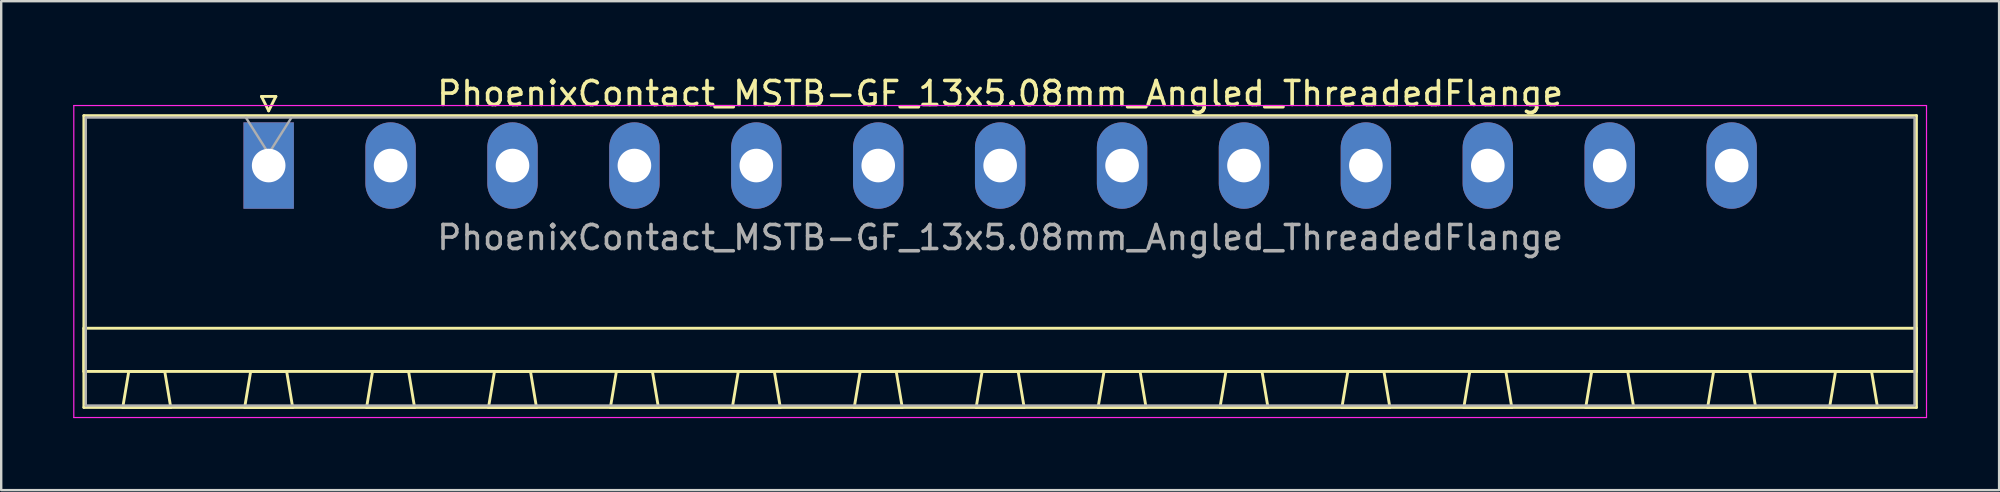
<source format=kicad_pcb>
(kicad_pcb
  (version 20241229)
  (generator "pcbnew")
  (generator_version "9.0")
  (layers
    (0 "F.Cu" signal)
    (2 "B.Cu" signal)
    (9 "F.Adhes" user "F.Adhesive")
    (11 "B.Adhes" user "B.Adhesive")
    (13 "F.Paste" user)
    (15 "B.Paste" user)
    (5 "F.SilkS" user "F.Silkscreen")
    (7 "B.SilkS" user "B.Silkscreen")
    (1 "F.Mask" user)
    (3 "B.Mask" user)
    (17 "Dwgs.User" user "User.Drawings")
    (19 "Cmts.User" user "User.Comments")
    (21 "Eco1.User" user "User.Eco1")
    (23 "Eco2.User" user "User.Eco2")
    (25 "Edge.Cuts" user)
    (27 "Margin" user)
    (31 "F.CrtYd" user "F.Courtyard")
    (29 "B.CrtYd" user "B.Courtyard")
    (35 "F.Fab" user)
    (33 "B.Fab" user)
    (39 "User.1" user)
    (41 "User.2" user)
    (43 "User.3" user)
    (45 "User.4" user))
  (footprint "PhoenixContact_MSTB-GF_13x5.08mm_Angled_ThreadedFlange"
    (layer "F.Cu")
    (at 8.145 3.848)
    (property "Reference" "PhoenixContact_MSTB-GF_13x5.08mm_Angled_ThreadedFlange" (at 30.48 -3 0) (layer "F.SilkS") (effects (font (size 1 1) (thickness 0.15))))
    (attr through_hole)
    (fp_line (start -7.7 -2.08) (end -7.7 10.08) (stroke (width 0.12) (type solid)) (layer "F.SilkS"))
    (fp_line (start -7.7 6.78) (end 68.66 6.78) (stroke (width 0.12) (type solid)) (layer "F.SilkS"))
    (fp_line (start -7.7 8.58) (end -7.7 6.78) (stroke (width 0.12) (type solid)) (layer "F.SilkS"))
    (fp_line (start -7.7 10.08) (end 68.66 10.08) (stroke (width 0.12) (type solid)) (layer "F.SilkS"))
    (fp_line (start -6.08 10.08) (end -4.08 10.08) (stroke (width 0.12) (type solid)) (layer "F.SilkS"))
    (fp_line (start -5.83 8.58) (end -6.08 10.08) (stroke (width 0.12) (type solid)) (layer "F.SilkS"))
    (fp_line (start -4.33 8.58) (end -5.83 8.58) (stroke (width 0.12) (type solid)) (layer "F.SilkS"))
    (fp_line (start -4.08 10.08) (end -4.33 8.58) (stroke (width 0.12) (type solid)) (layer "F.SilkS"))
    (fp_line (start -1 10.08) (end 1 10.08) (stroke (width 0.12) (type solid)) (layer "F.SilkS"))
    (fp_line (start -0.75 8.58) (end -1 10.08) (stroke (width 0.12) (type solid)) (layer "F.SilkS"))
    (fp_line (start -0.3 -2.88) (end 0.3 -2.88) (stroke (width 0.12) (type solid)) (layer "F.SilkS"))
    (fp_line (start 0 -2.28) (end -0.3 -2.88) (stroke (width 0.12) (type solid)) (layer "F.SilkS"))
    (fp_line (start 0.3 -2.88) (end 0 -2.28) (stroke (width 0.12) (type solid)) (layer "F.SilkS"))
    (fp_line (start 0.75 8.58) (end -0.75 8.58) (stroke (width 0.12) (type solid)) (layer "F.SilkS"))
    (fp_line (start 1 10.08) (end 0.75 8.58) (stroke (width 0.12) (type solid)) (layer "F.SilkS"))
    (fp_line (start 4.08 10.08) (end 6.08 10.08) (stroke (width 0.12) (type solid)) (layer "F.SilkS"))
    (fp_line (start 4.33 8.58) (end 4.08 10.08) (stroke (width 0.12) (type solid)) (layer "F.SilkS"))
    (fp_line (start 5.83 8.58) (end 4.33 8.58) (stroke (width 0.12) (type solid)) (layer "F.SilkS"))
    (fp_line (start 6.08 10.08) (end 5.83 8.58) (stroke (width 0.12) (type solid)) (layer "F.SilkS"))
    (fp_line (start 9.16 10.08) (end 11.16 10.08) (stroke (width 0.12) (type solid)) (layer "F.SilkS"))
    (fp_line (start 9.41 8.58) (end 9.16 10.08) (stroke (width 0.12) (type solid)) (layer "F.SilkS"))
    (fp_line (start 10.91 8.58) (end 9.41 8.58) (stroke (width 0.12) (type solid)) (layer "F.SilkS"))
    (fp_line (start 11.16 10.08) (end 10.91 8.58) (stroke (width 0.12) (type solid)) (layer "F.SilkS"))
    (fp_line (start 14.24 10.08) (end 16.24 10.08) (stroke (width 0.12) (type solid)) (layer "F.SilkS"))
    (fp_line (start 14.49 8.58) (end 14.24 10.08) (stroke (width 0.12) (type solid)) (layer "F.SilkS"))
    (fp_line (start 15.99 8.58) (end 14.49 8.58) (stroke (width 0.12) (type solid)) (layer "F.SilkS"))
    (fp_line (start 16.24 10.08) (end 15.99 8.58) (stroke (width 0.12) (type solid)) (layer "F.SilkS"))
    (fp_line (start 19.32 10.08) (end 21.32 10.08) (stroke (width 0.12) (type solid)) (layer "F.SilkS"))
    (fp_line (start 19.57 8.58) (end 19.32 10.08) (stroke (width 0.12) (type solid)) (layer "F.SilkS"))
    (fp_line (start 21.07 8.58) (end 19.57 8.58) (stroke (width 0.12) (type solid)) (layer "F.SilkS"))
    (fp_line (start 21.32 10.08) (end 21.07 8.58) (stroke (width 0.12) (type solid)) (layer "F.SilkS"))
    (fp_line (start 24.4 10.08) (end 26.4 10.08) (stroke (width 0.12) (type solid)) (layer "F.SilkS"))
    (fp_line (start 24.65 8.58) (end 24.4 10.08) (stroke (width 0.12) (type solid)) (layer "F.SilkS"))
    (fp_line (start 26.15 8.58) (end 24.65 8.58) (stroke (width 0.12) (type solid)) (layer "F.SilkS"))
    (fp_line (start 26.4 10.08) (end 26.15 8.58) (stroke (width 0.12) (type solid)) (layer "F.SilkS"))
    (fp_line (start 29.48 10.08) (end 31.48 10.08) (stroke (width 0.12) (type solid)) (layer "F.SilkS"))
    (fp_line (start 29.73 8.58) (end 29.48 10.08) (stroke (width 0.12) (type solid)) (layer "F.SilkS"))
    (fp_line (start 31.23 8.58) (end 29.73 8.58) (stroke (width 0.12) (type solid)) (layer "F.SilkS"))
    (fp_line (start 31.48 10.08) (end 31.23 8.58) (stroke (width 0.12) (type solid)) (layer "F.SilkS"))
    (fp_line (start 34.56 10.08) (end 36.56 10.08) (stroke (width 0.12) (type solid)) (layer "F.SilkS"))
    (fp_line (start 34.81 8.58) (end 34.56 10.08) (stroke (width 0.12) (type solid)) (layer "F.SilkS"))
    (fp_line (start 36.31 8.58) (end 34.81 8.58) (stroke (width 0.12) (type solid)) (layer "F.SilkS"))
    (fp_line (start 36.56 10.08) (end 36.31 8.58) (stroke (width 0.12) (type solid)) (layer "F.SilkS"))
    (fp_line (start 39.64 10.08) (end 41.64 10.08) (stroke (width 0.12) (type solid)) (layer "F.SilkS"))
    (fp_line (start 39.89 8.58) (end 39.64 10.08) (stroke (width 0.12) (type solid)) (layer "F.SilkS"))
    (fp_line (start 41.39 8.58) (end 39.89 8.58) (stroke (width 0.12) (type solid)) (layer "F.SilkS"))
    (fp_line (start 41.64 10.08) (end 41.39 8.58) (stroke (width 0.12) (type solid)) (layer "F.SilkS"))
    (fp_line (start 44.72 10.08) (end 46.72 10.08) (stroke (width 0.12) (type solid)) (layer "F.SilkS"))
    (fp_line (start 44.97 8.58) (end 44.72 10.08) (stroke (width 0.12) (type solid)) (layer "F.SilkS"))
    (fp_line (start 46.47 8.58) (end 44.97 8.58) (stroke (width 0.12) (type solid)) (layer "F.SilkS"))
    (fp_line (start 46.72 10.08) (end 46.47 8.58) (stroke (width 0.12) (type solid)) (layer "F.SilkS"))
    (fp_line (start 49.8 10.08) (end 51.8 10.08) (stroke (width 0.12) (type solid)) (layer "F.SilkS"))
    (fp_line (start 50.05 8.58) (end 49.8 10.08) (stroke (width 0.12) (type solid)) (layer "F.SilkS"))
    (fp_line (start 51.55 8.58) (end 50.05 8.58) (stroke (width 0.12) (type solid)) (layer "F.SilkS"))
    (fp_line (start 51.8 10.08) (end 51.55 8.58) (stroke (width 0.12) (type solid)) (layer "F.SilkS"))
    (fp_line (start 54.88 10.08) (end 56.88 10.08) (stroke (width 0.12) (type solid)) (layer "F.SilkS"))
    (fp_line (start 55.13 8.58) (end 54.88 10.08) (stroke (width 0.12) (type solid)) (layer "F.SilkS"))
    (fp_line (start 56.63 8.58) (end 55.13 8.58) (stroke (width 0.12) (type solid)) (layer "F.SilkS"))
    (fp_line (start 56.88 10.08) (end 56.63 8.58) (stroke (width 0.12) (type solid)) (layer "F.SilkS"))
    (fp_line (start 59.96 10.08) (end 61.96 10.08) (stroke (width 0.12) (type solid)) (layer "F.SilkS"))
    (fp_line (start 60.21 8.58) (end 59.96 10.08) (stroke (width 0.12) (type solid)) (layer "F.SilkS"))
    (fp_line (start 61.71 8.58) (end 60.21 8.58) (stroke (width 0.12) (type solid)) (layer "F.SilkS"))
    (fp_line (start 61.96 10.08) (end 61.71 8.58) (stroke (width 0.12) (type solid)) (layer "F.SilkS"))
    (fp_line (start 65.04 10.08) (end 67.04 10.08) (stroke (width 0.12) (type solid)) (layer "F.SilkS"))
    (fp_line (start 65.29 8.58) (end 65.04 10.08) (stroke (width 0.12) (type solid)) (layer "F.SilkS"))
    (fp_line (start 66.79 8.58) (end 65.29 8.58) (stroke (width 0.12) (type solid)) (layer "F.SilkS"))
    (fp_line (start 67.04 10.08) (end 66.79 8.58) (stroke (width 0.12) (type solid)) (layer "F.SilkS"))
    (fp_line (start 68.66 -2.08) (end -7.7 -2.08) (stroke (width 0.12) (type solid)) (layer "F.SilkS"))
    (fp_line (start 68.66 6.78) (end 68.66 8.58) (stroke (width 0.12) (type solid)) (layer "F.SilkS"))
    (fp_line (start 68.66 8.58) (end -7.7 8.58) (stroke (width 0.12) (type solid)) (layer "F.SilkS"))
    (fp_line (start 68.66 10.08) (end 68.66 -2.08) (stroke (width 0.12) (type solid)) (layer "F.SilkS"))
    (fp_line (start -8.12 -2.5) (end -8.12 10.5) (stroke (width 0.05) (type solid)) (layer "F.CrtYd"))
    (fp_line (start -8.12 10.5) (end 69.08 10.5) (stroke (width 0.05) (type solid)) (layer "F.CrtYd"))
    (fp_line (start 69.08 -2.5) (end -8.12 -2.5) (stroke (width 0.05) (type solid)) (layer "F.CrtYd"))
    (fp_line (start 69.08 10.5) (end 69.08 -2.5) (stroke (width 0.05) (type solid)) (layer "F.CrtYd"))
    (fp_line (start -7.62 -2) (end -7.62 10) (stroke (width 0.1) (type solid)) (layer "F.Fab"))
    (fp_line (start -7.62 10) (end 68.58 10) (stroke (width 0.1) (type solid)) (layer "F.Fab"))
    (fp_line (start 0 -0.5) (end -0.95 -2) (stroke (width 0.1) (type solid)) (layer "F.Fab"))
    (fp_line (start 0.95 -2) (end 0 -0.5) (stroke (width 0.1) (type solid)) (layer "F.Fab"))
    (fp_line (start 68.58 -2) (end -7.62 -2) (stroke (width 0.1) (type solid)) (layer "F.Fab"))
    (fp_line (start 68.58 10) (end 68.58 -2) (stroke (width 0.1) (type solid)) (layer "F.Fab"))
    (fp_text user "${REFERENCE}" (at 30.48 3 0) (layer "F.Fab") (effects (font (size 1 1) (thickness 0.15))))
    (pad "1" thru_hole rect (at 0 0) (size 2.1 3.6) (drill 1.4) (layers "*.Cu" "*.Mask"))
    (pad "2" thru_hole oval (at 5.08 0) (size 2.1 3.6) (drill 1.4) (layers "*.Cu" "*.Mask"))
    (pad "3" thru_hole oval (at 10.16 0) (size 2.1 3.6) (drill 1.4) (layers "*.Cu" "*.Mask"))
    (pad "4" thru_hole oval (at 15.24 0) (size 2.1 3.6) (drill 1.4) (layers "*.Cu" "*.Mask"))
    (pad "5" thru_hole oval (at 20.32 0) (size 2.1 3.6) (drill 1.4) (layers "*.Cu" "*.Mask"))
    (pad "6" thru_hole oval (at 25.4 0) (size 2.1 3.6) (drill 1.4) (layers "*.Cu" "*.Mask"))
    (pad "7" thru_hole oval (at 30.48 0) (size 2.1 3.6) (drill 1.4) (layers "*.Cu" "*.Mask"))
    (pad "8" thru_hole oval (at 35.56 0) (size 2.1 3.6) (drill 1.4) (layers "*.Cu" "*.Mask"))
    (pad "9" thru_hole oval (at 40.64 0) (size 2.1 3.6) (drill 1.4) (layers "*.Cu" "*.Mask"))
    (pad "10" thru_hole oval (at 45.72 0) (size 2.1 3.6) (drill 1.4) (layers "*.Cu" "*.Mask"))
    (pad "11" thru_hole oval (at 50.8 0) (size 2.1 3.6) (drill 1.4) (layers "*.Cu" "*.Mask"))
    (pad "12" thru_hole oval (at 55.88 0) (size 2.1 3.6) (drill 1.4) (layers "*.Cu" "*.Mask"))
    (pad "13" thru_hole oval (at 60.96 0) (size 2.1 3.6) (drill 1.4) (layers "*.Cu" "*.Mask")))
  (gr_rect
    (start -3 -3)
    (end 80.25 17.373)
    (stroke (width 0.1) (type default))
    (fill no)
    (layer "Edge.Cuts")))
</source>
